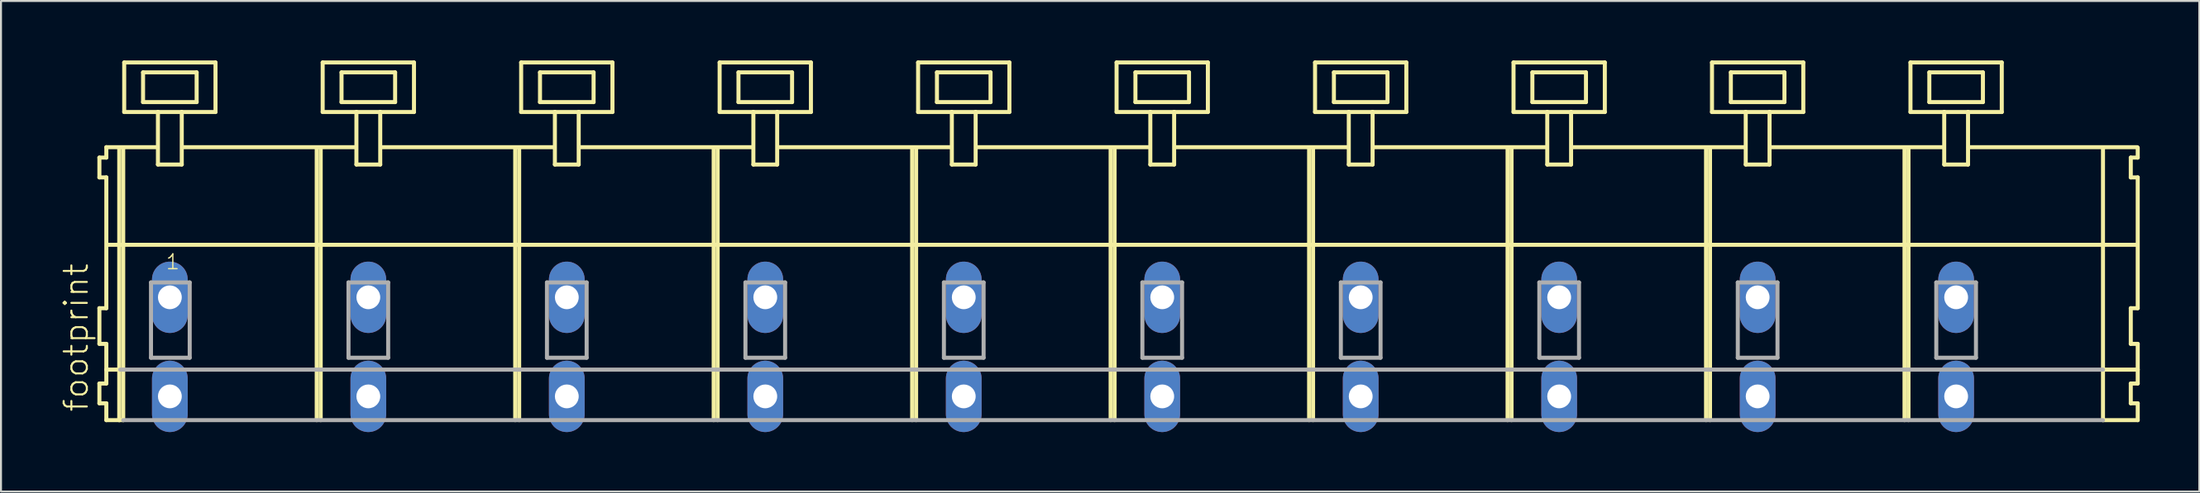
<source format=kicad_pcb>
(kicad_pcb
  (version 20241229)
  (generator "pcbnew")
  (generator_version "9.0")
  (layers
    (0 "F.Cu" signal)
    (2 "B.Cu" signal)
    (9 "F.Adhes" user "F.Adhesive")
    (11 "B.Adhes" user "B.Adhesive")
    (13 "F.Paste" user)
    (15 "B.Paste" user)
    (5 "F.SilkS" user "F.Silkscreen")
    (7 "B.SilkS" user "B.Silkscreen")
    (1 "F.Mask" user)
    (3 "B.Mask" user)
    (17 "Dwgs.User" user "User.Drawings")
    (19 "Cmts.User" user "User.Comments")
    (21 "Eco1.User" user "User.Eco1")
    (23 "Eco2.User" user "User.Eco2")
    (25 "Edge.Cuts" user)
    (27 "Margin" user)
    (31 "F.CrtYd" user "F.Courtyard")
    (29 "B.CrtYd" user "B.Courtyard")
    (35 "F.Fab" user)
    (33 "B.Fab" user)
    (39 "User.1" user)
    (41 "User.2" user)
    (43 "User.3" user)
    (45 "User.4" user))
  (footprint "footprint"
    (layer "F.Cu")
    (at 53.008 11.952)
    (property "Reference" "footprint" (at -51.535 5.855 90) (layer "F.SilkS") (effects (font (size 1.168 1.168) (thickness 0.102)) (justify left bottom)))
    (fp_line (start -51.05 -7.05) (end -51.05 -6.05) (stroke (width 0.203) (type solid)) (layer "F.SilkS"))
    (fp_line (start -51.05 -6.05) (end -50.7 -6.05) (stroke (width 0.203) (type solid)) (layer "F.SilkS"))
    (fp_line (start -51.05 0.55) (end -51.05 2.35) (stroke (width 0.203) (type solid)) (layer "F.SilkS"))
    (fp_line (start -51.05 2.35) (end -50.7 2.35) (stroke (width 0.203) (type solid)) (layer "F.SilkS"))
    (fp_line (start -51.05 4.35) (end -51.05 5.35) (stroke (width 0.203) (type solid)) (layer "F.SilkS"))
    (fp_line (start -51.05 5.35) (end -50.7 5.35) (stroke (width 0.203) (type solid)) (layer "F.SilkS"))
    (fp_line (start -50.7 -7.575) (end -50.7 -7.05) (stroke (width 0.203) (type solid)) (layer "F.SilkS"))
    (fp_line (start -50.7 -7.575) (end -48.125 -7.575) (stroke (width 0.203) (type solid)) (layer "F.SilkS"))
    (fp_line (start -50.7 -7.05) (end -51.05 -7.05) (stroke (width 0.203) (type solid)) (layer "F.SilkS"))
    (fp_line (start -50.7 -6.05) (end -50.7 0.55) (stroke (width 0.203) (type solid)) (layer "F.SilkS"))
    (fp_line (start -50.7 0.55) (end -51.05 0.55) (stroke (width 0.203) (type solid)) (layer "F.SilkS"))
    (fp_line (start -50.7 2.35) (end -50.7 4.35) (stroke (width 0.203) (type solid)) (layer "F.SilkS"))
    (fp_line (start -50.7 3.65) (end -50 3.65) (stroke (width 0.203) (type solid)) (layer "F.SilkS"))
    (fp_line (start -50.7 4.35) (end -51.05 4.35) (stroke (width 0.203) (type solid)) (layer "F.SilkS"))
    (fp_line (start -50.7 5.35) (end -50.7 6.2) (stroke (width 0.203) (type solid)) (layer "F.SilkS"))
    (fp_line (start -50.7 6.2) (end -50.05 6.2) (stroke (width 0.203) (type solid)) (layer "F.SilkS"))
    (fp_line (start -50.65 -2.65) (end 51.6 -2.65) (stroke (width 0.203) (type solid)) (layer "F.SilkS"))
    (fp_line (start -50.05 -7.55) (end -50.05 6.2) (stroke (width 0.203) (type solid)) (layer "F.SilkS"))
    (fp_line (start -50.05 6.2) (end -49.85 6.2) (stroke (width 0.203) (type solid)) (layer "F.SilkS"))
    (fp_line (start -49.85 -7.55) (end -49.85 6.2) (stroke (width 0.203) (type solid)) (layer "F.SilkS"))
    (fp_line (start -49.8 -11.85) (end -49.8 -9.35) (stroke (width 0.203) (type solid)) (layer "F.SilkS"))
    (fp_line (start -49.8 -9.35) (end -48.1 -9.35) (stroke (width 0.203) (type solid)) (layer "F.SilkS"))
    (fp_line (start -48.85 -11.35) (end -48.85 -9.85) (stroke (width 0.203) (type solid)) (layer "F.SilkS"))
    (fp_line (start -48.85 -9.85) (end -46.15 -9.85) (stroke (width 0.203) (type solid)) (layer "F.SilkS"))
    (fp_line (start -48.1 -9.35) (end -48.1 -6.7) (stroke (width 0.203) (type solid)) (layer "F.SilkS"))
    (fp_line (start -48.1 -9.35) (end -46.9 -9.35) (stroke (width 0.203) (type solid)) (layer "F.SilkS"))
    (fp_line (start -48.1 -6.7) (end -46.9 -6.7) (stroke (width 0.203) (type solid)) (layer "F.SilkS"))
    (fp_line (start -46.9 -9.35) (end -45.2 -9.35) (stroke (width 0.203) (type solid)) (layer "F.SilkS"))
    (fp_line (start -46.9 -6.7) (end -46.9 -9.35) (stroke (width 0.203) (type solid)) (layer "F.SilkS"))
    (fp_line (start -46.825 -7.575) (end -38.125 -7.575) (stroke (width 0.203) (type solid)) (layer "F.SilkS"))
    (fp_line (start -46.15 -11.35) (end -48.85 -11.35) (stroke (width 0.203) (type solid)) (layer "F.SilkS"))
    (fp_line (start -46.15 -9.85) (end -46.15 -11.35) (stroke (width 0.203) (type solid)) (layer "F.SilkS"))
    (fp_line (start -45.2 -11.85) (end -49.8 -11.85) (stroke (width 0.203) (type solid)) (layer "F.SilkS"))
    (fp_line (start -45.2 -9.35) (end -45.2 -11.85) (stroke (width 0.203) (type solid)) (layer "F.SilkS"))
    (fp_line (start -40.1 -7.55) (end -40.1 6.2) (stroke (width 0.203) (type solid)) (layer "F.SilkS"))
    (fp_line (start -39.9 -7.55) (end -39.9 6.2) (stroke (width 0.203) (type solid)) (layer "F.SilkS"))
    (fp_line (start -39.8 -11.85) (end -39.8 -9.35) (stroke (width 0.203) (type solid)) (layer "F.SilkS"))
    (fp_line (start -39.8 -9.35) (end -38.1 -9.35) (stroke (width 0.203) (type solid)) (layer "F.SilkS"))
    (fp_line (start -38.85 -11.35) (end -38.85 -9.85) (stroke (width 0.203) (type solid)) (layer "F.SilkS"))
    (fp_line (start -38.85 -9.85) (end -36.15 -9.85) (stroke (width 0.203) (type solid)) (layer "F.SilkS"))
    (fp_line (start -38.1 -9.35) (end -38.1 -6.7) (stroke (width 0.203) (type solid)) (layer "F.SilkS"))
    (fp_line (start -38.1 -9.35) (end -36.9 -9.35) (stroke (width 0.203) (type solid)) (layer "F.SilkS"))
    (fp_line (start -38.1 -6.7) (end -36.9 -6.7) (stroke (width 0.203) (type solid)) (layer "F.SilkS"))
    (fp_line (start -36.9 -9.35) (end -35.2 -9.35) (stroke (width 0.203) (type solid)) (layer "F.SilkS"))
    (fp_line (start -36.9 -6.7) (end -36.9 -9.35) (stroke (width 0.203) (type solid)) (layer "F.SilkS"))
    (fp_line (start -36.825 -7.575) (end -28.125 -7.575) (stroke (width 0.203) (type solid)) (layer "F.SilkS"))
    (fp_line (start -36.15 -11.35) (end -38.85 -11.35) (stroke (width 0.203) (type solid)) (layer "F.SilkS"))
    (fp_line (start -36.15 -9.85) (end -36.15 -11.35) (stroke (width 0.203) (type solid)) (layer "F.SilkS"))
    (fp_line (start -35.2 -11.85) (end -39.8 -11.85) (stroke (width 0.203) (type solid)) (layer "F.SilkS"))
    (fp_line (start -35.2 -9.35) (end -35.2 -11.85) (stroke (width 0.203) (type solid)) (layer "F.SilkS"))
    (fp_line (start -30.1 -7.55) (end -30.1 6.2) (stroke (width 0.203) (type solid)) (layer "F.SilkS"))
    (fp_line (start -29.9 -7.55) (end -29.9 6.2) (stroke (width 0.203) (type solid)) (layer "F.SilkS"))
    (fp_line (start -29.8 -11.85) (end -29.8 -9.35) (stroke (width 0.203) (type solid)) (layer "F.SilkS"))
    (fp_line (start -29.8 -9.35) (end -28.1 -9.35) (stroke (width 0.203) (type solid)) (layer "F.SilkS"))
    (fp_line (start -28.85 -11.35) (end -28.85 -9.85) (stroke (width 0.203) (type solid)) (layer "F.SilkS"))
    (fp_line (start -28.85 -9.85) (end -26.15 -9.85) (stroke (width 0.203) (type solid)) (layer "F.SilkS"))
    (fp_line (start -28.1 -9.35) (end -28.1 -6.7) (stroke (width 0.203) (type solid)) (layer "F.SilkS"))
    (fp_line (start -28.1 -9.35) (end -26.9 -9.35) (stroke (width 0.203) (type solid)) (layer "F.SilkS"))
    (fp_line (start -28.1 -6.7) (end -26.9 -6.7) (stroke (width 0.203) (type solid)) (layer "F.SilkS"))
    (fp_line (start -26.9 -9.35) (end -25.2 -9.35) (stroke (width 0.203) (type solid)) (layer "F.SilkS"))
    (fp_line (start -26.9 -6.7) (end -26.9 -9.35) (stroke (width 0.203) (type solid)) (layer "F.SilkS"))
    (fp_line (start -26.825 -7.575) (end -18.125 -7.575) (stroke (width 0.203) (type solid)) (layer "F.SilkS"))
    (fp_line (start -26.15 -11.35) (end -28.85 -11.35) (stroke (width 0.203) (type solid)) (layer "F.SilkS"))
    (fp_line (start -26.15 -9.85) (end -26.15 -11.35) (stroke (width 0.203) (type solid)) (layer "F.SilkS"))
    (fp_line (start -25.2 -11.85) (end -29.8 -11.85) (stroke (width 0.203) (type solid)) (layer "F.SilkS"))
    (fp_line (start -25.2 -9.35) (end -25.2 -11.85) (stroke (width 0.203) (type solid)) (layer "F.SilkS"))
    (fp_line (start -20.1 -7.55) (end -20.1 6.2) (stroke (width 0.203) (type solid)) (layer "F.SilkS"))
    (fp_line (start -19.9 -7.55) (end -19.9 6.2) (stroke (width 0.203) (type solid)) (layer "F.SilkS"))
    (fp_line (start -19.8 -11.85) (end -19.8 -9.35) (stroke (width 0.203) (type solid)) (layer "F.SilkS"))
    (fp_line (start -19.8 -9.35) (end -18.1 -9.35) (stroke (width 0.203) (type solid)) (layer "F.SilkS"))
    (fp_line (start -18.85 -11.35) (end -18.85 -9.85) (stroke (width 0.203) (type solid)) (layer "F.SilkS"))
    (fp_line (start -18.85 -9.85) (end -16.15 -9.85) (stroke (width 0.203) (type solid)) (layer "F.SilkS"))
    (fp_line (start -18.1 -9.35) (end -18.1 -6.7) (stroke (width 0.203) (type solid)) (layer "F.SilkS"))
    (fp_line (start -18.1 -9.35) (end -16.9 -9.35) (stroke (width 0.203) (type solid)) (layer "F.SilkS"))
    (fp_line (start -18.1 -6.7) (end -16.9 -6.7) (stroke (width 0.203) (type solid)) (layer "F.SilkS"))
    (fp_line (start -16.9 -9.35) (end -15.2 -9.35) (stroke (width 0.203) (type solid)) (layer "F.SilkS"))
    (fp_line (start -16.9 -6.7) (end -16.9 -9.35) (stroke (width 0.203) (type solid)) (layer "F.SilkS"))
    (fp_line (start -16.825 -7.575) (end -8.125 -7.575) (stroke (width 0.203) (type solid)) (layer "F.SilkS"))
    (fp_line (start -16.15 -11.35) (end -18.85 -11.35) (stroke (width 0.203) (type solid)) (layer "F.SilkS"))
    (fp_line (start -16.15 -9.85) (end -16.15 -11.35) (stroke (width 0.203) (type solid)) (layer "F.SilkS"))
    (fp_line (start -15.2 -11.85) (end -19.8 -11.85) (stroke (width 0.203) (type solid)) (layer "F.SilkS"))
    (fp_line (start -15.2 -9.35) (end -15.2 -11.85) (stroke (width 0.203) (type solid)) (layer "F.SilkS"))
    (fp_line (start -10.1 -7.55) (end -10.1 6.2) (stroke (width 0.203) (type solid)) (layer "F.SilkS"))
    (fp_line (start -9.9 -7.55) (end -9.9 6.2) (stroke (width 0.203) (type solid)) (layer "F.SilkS"))
    (fp_line (start -9.8 -11.85) (end -9.8 -9.35) (stroke (width 0.203) (type solid)) (layer "F.SilkS"))
    (fp_line (start -9.8 -9.35) (end -8.1 -9.35) (stroke (width 0.203) (type solid)) (layer "F.SilkS"))
    (fp_line (start -8.85 -11.35) (end -8.85 -9.85) (stroke (width 0.203) (type solid)) (layer "F.SilkS"))
    (fp_line (start -8.85 -9.85) (end -6.15 -9.85) (stroke (width 0.203) (type solid)) (layer "F.SilkS"))
    (fp_line (start -8.1 -9.35) (end -8.1 -6.7) (stroke (width 0.203) (type solid)) (layer "F.SilkS"))
    (fp_line (start -8.1 -9.35) (end -6.9 -9.35) (stroke (width 0.203) (type solid)) (layer "F.SilkS"))
    (fp_line (start -8.1 -6.7) (end -6.9 -6.7) (stroke (width 0.203) (type solid)) (layer "F.SilkS"))
    (fp_line (start -6.9 -9.35) (end -5.2 -9.35) (stroke (width 0.203) (type solid)) (layer "F.SilkS"))
    (fp_line (start -6.9 -6.7) (end -6.9 -9.35) (stroke (width 0.203) (type solid)) (layer "F.SilkS"))
    (fp_line (start -6.825 -7.575) (end 1.875 -7.575) (stroke (width 0.203) (type solid)) (layer "F.SilkS"))
    (fp_line (start -6.15 -11.35) (end -8.85 -11.35) (stroke (width 0.203) (type solid)) (layer "F.SilkS"))
    (fp_line (start -6.15 -9.85) (end -6.15 -11.35) (stroke (width 0.203) (type solid)) (layer "F.SilkS"))
    (fp_line (start -5.2 -11.85) (end -9.8 -11.85) (stroke (width 0.203) (type solid)) (layer "F.SilkS"))
    (fp_line (start -5.2 -9.35) (end -5.2 -11.85) (stroke (width 0.203) (type solid)) (layer "F.SilkS"))
    (fp_line (start -0.1 -7.55) (end -0.1 6.2) (stroke (width 0.203) (type solid)) (layer "F.SilkS"))
    (fp_line (start 0.1 -7.55) (end 0.1 6.2) (stroke (width 0.203) (type solid)) (layer "F.SilkS"))
    (fp_line (start 0.2 -11.85) (end 0.2 -9.35) (stroke (width 0.203) (type solid)) (layer "F.SilkS"))
    (fp_line (start 0.2 -9.35) (end 1.9 -9.35) (stroke (width 0.203) (type solid)) (layer "F.SilkS"))
    (fp_line (start 1.15 -11.35) (end 1.15 -9.85) (stroke (width 0.203) (type solid)) (layer "F.SilkS"))
    (fp_line (start 1.15 -9.85) (end 3.85 -9.85) (stroke (width 0.203) (type solid)) (layer "F.SilkS"))
    (fp_line (start 1.9 -9.35) (end 1.9 -6.7) (stroke (width 0.203) (type solid)) (layer "F.SilkS"))
    (fp_line (start 1.9 -9.35) (end 3.1 -9.35) (stroke (width 0.203) (type solid)) (layer "F.SilkS"))
    (fp_line (start 1.9 -6.7) (end 3.1 -6.7) (stroke (width 0.203) (type solid)) (layer "F.SilkS"))
    (fp_line (start 3.1 -9.35) (end 4.8 -9.35) (stroke (width 0.203) (type solid)) (layer "F.SilkS"))
    (fp_line (start 3.1 -6.7) (end 3.1 -9.35) (stroke (width 0.203) (type solid)) (layer "F.SilkS"))
    (fp_line (start 3.175 -7.575) (end 11.875 -7.575) (stroke (width 0.203) (type solid)) (layer "F.SilkS"))
    (fp_line (start 3.85 -11.35) (end 1.15 -11.35) (stroke (width 0.203) (type solid)) (layer "F.SilkS"))
    (fp_line (start 3.85 -9.85) (end 3.85 -11.35) (stroke (width 0.203) (type solid)) (layer "F.SilkS"))
    (fp_line (start 4.8 -11.85) (end 0.2 -11.85) (stroke (width 0.203) (type solid)) (layer "F.SilkS"))
    (fp_line (start 4.8 -9.35) (end 4.8 -11.85) (stroke (width 0.203) (type solid)) (layer "F.SilkS"))
    (fp_line (start 9.9 -7.55) (end 9.9 6.2) (stroke (width 0.203) (type solid)) (layer "F.SilkS"))
    (fp_line (start 10.1 -7.55) (end 10.1 6.2) (stroke (width 0.203) (type solid)) (layer "F.SilkS"))
    (fp_line (start 10.2 -11.85) (end 10.2 -9.35) (stroke (width 0.203) (type solid)) (layer "F.SilkS"))
    (fp_line (start 10.2 -9.35) (end 11.9 -9.35) (stroke (width 0.203) (type solid)) (layer "F.SilkS"))
    (fp_line (start 11.15 -11.35) (end 11.15 -9.85) (stroke (width 0.203) (type solid)) (layer "F.SilkS"))
    (fp_line (start 11.15 -9.85) (end 13.85 -9.85) (stroke (width 0.203) (type solid)) (layer "F.SilkS"))
    (fp_line (start 11.9 -9.35) (end 11.9 -6.7) (stroke (width 0.203) (type solid)) (layer "F.SilkS"))
    (fp_line (start 11.9 -9.35) (end 13.1 -9.35) (stroke (width 0.203) (type solid)) (layer "F.SilkS"))
    (fp_line (start 11.9 -6.7) (end 13.1 -6.7) (stroke (width 0.203) (type solid)) (layer "F.SilkS"))
    (fp_line (start 13.1 -9.35) (end 14.8 -9.35) (stroke (width 0.203) (type solid)) (layer "F.SilkS"))
    (fp_line (start 13.1 -6.7) (end 13.1 -9.35) (stroke (width 0.203) (type solid)) (layer "F.SilkS"))
    (fp_line (start 13.175 -7.575) (end 21.875 -7.575) (stroke (width 0.203) (type solid)) (layer "F.SilkS"))
    (fp_line (start 13.85 -11.35) (end 11.15 -11.35) (stroke (width 0.203) (type solid)) (layer "F.SilkS"))
    (fp_line (start 13.85 -9.85) (end 13.85 -11.35) (stroke (width 0.203) (type solid)) (layer "F.SilkS"))
    (fp_line (start 14.8 -11.85) (end 10.2 -11.85) (stroke (width 0.203) (type solid)) (layer "F.SilkS"))
    (fp_line (start 14.8 -9.35) (end 14.8 -11.85) (stroke (width 0.203) (type solid)) (layer "F.SilkS"))
    (fp_line (start 19.9 -7.55) (end 19.9 6.2) (stroke (width 0.203) (type solid)) (layer "F.SilkS"))
    (fp_line (start 20.1 -7.55) (end 20.1 6.2) (stroke (width 0.203) (type solid)) (layer "F.SilkS"))
    (fp_line (start 20.2 -11.85) (end 20.2 -9.35) (stroke (width 0.203) (type solid)) (layer "F.SilkS"))
    (fp_line (start 20.2 -9.35) (end 21.9 -9.35) (stroke (width 0.203) (type solid)) (layer "F.SilkS"))
    (fp_line (start 21.15 -11.35) (end 21.15 -9.85) (stroke (width 0.203) (type solid)) (layer "F.SilkS"))
    (fp_line (start 21.15 -9.85) (end 23.85 -9.85) (stroke (width 0.203) (type solid)) (layer "F.SilkS"))
    (fp_line (start 21.9 -9.35) (end 21.9 -6.7) (stroke (width 0.203) (type solid)) (layer "F.SilkS"))
    (fp_line (start 21.9 -9.35) (end 23.1 -9.35) (stroke (width 0.203) (type solid)) (layer "F.SilkS"))
    (fp_line (start 21.9 -6.7) (end 23.1 -6.7) (stroke (width 0.203) (type solid)) (layer "F.SilkS"))
    (fp_line (start 23.1 -9.35) (end 24.8 -9.35) (stroke (width 0.203) (type solid)) (layer "F.SilkS"))
    (fp_line (start 23.1 -6.7) (end 23.1 -9.35) (stroke (width 0.203) (type solid)) (layer "F.SilkS"))
    (fp_line (start 23.175 -7.575) (end 31.875 -7.575) (stroke (width 0.203) (type solid)) (layer "F.SilkS"))
    (fp_line (start 23.85 -11.35) (end 21.15 -11.35) (stroke (width 0.203) (type solid)) (layer "F.SilkS"))
    (fp_line (start 23.85 -9.85) (end 23.85 -11.35) (stroke (width 0.203) (type solid)) (layer "F.SilkS"))
    (fp_line (start 24.8 -11.85) (end 20.2 -11.85) (stroke (width 0.203) (type solid)) (layer "F.SilkS"))
    (fp_line (start 24.8 -9.35) (end 24.8 -11.85) (stroke (width 0.203) (type solid)) (layer "F.SilkS"))
    (fp_line (start 29.9 -7.55) (end 29.9 6.2) (stroke (width 0.203) (type solid)) (layer "F.SilkS"))
    (fp_line (start 30.1 -7.55) (end 30.1 6.2) (stroke (width 0.203) (type solid)) (layer "F.SilkS"))
    (fp_line (start 30.2 -11.85) (end 30.2 -9.35) (stroke (width 0.203) (type solid)) (layer "F.SilkS"))
    (fp_line (start 30.2 -9.35) (end 31.9 -9.35) (stroke (width 0.203) (type solid)) (layer "F.SilkS"))
    (fp_line (start 31.15 -11.35) (end 31.15 -9.85) (stroke (width 0.203) (type solid)) (layer "F.SilkS"))
    (fp_line (start 31.15 -9.85) (end 33.85 -9.85) (stroke (width 0.203) (type solid)) (layer "F.SilkS"))
    (fp_line (start 31.9 -9.35) (end 31.9 -6.7) (stroke (width 0.203) (type solid)) (layer "F.SilkS"))
    (fp_line (start 31.9 -9.35) (end 33.1 -9.35) (stroke (width 0.203) (type solid)) (layer "F.SilkS"))
    (fp_line (start 31.9 -6.7) (end 33.1 -6.7) (stroke (width 0.203) (type solid)) (layer "F.SilkS"))
    (fp_line (start 33.1 -9.35) (end 34.8 -9.35) (stroke (width 0.203) (type solid)) (layer "F.SilkS"))
    (fp_line (start 33.1 -6.7) (end 33.1 -9.35) (stroke (width 0.203) (type solid)) (layer "F.SilkS"))
    (fp_line (start 33.175 -7.575) (end 41.875 -7.575) (stroke (width 0.203) (type solid)) (layer "F.SilkS"))
    (fp_line (start 33.85 -11.35) (end 31.15 -11.35) (stroke (width 0.203) (type solid)) (layer "F.SilkS"))
    (fp_line (start 33.85 -9.85) (end 33.85 -11.35) (stroke (width 0.203) (type solid)) (layer "F.SilkS"))
    (fp_line (start 34.8 -11.85) (end 30.2 -11.85) (stroke (width 0.203) (type solid)) (layer "F.SilkS"))
    (fp_line (start 34.8 -9.35) (end 34.8 -11.85) (stroke (width 0.203) (type solid)) (layer "F.SilkS"))
    (fp_line (start 39.9 -7.55) (end 39.9 6.2) (stroke (width 0.203) (type solid)) (layer "F.SilkS"))
    (fp_line (start 40.1 -7.55) (end 40.1 6.2) (stroke (width 0.203) (type solid)) (layer "F.SilkS"))
    (fp_line (start 40.2 -11.85) (end 40.2 -9.35) (stroke (width 0.203) (type solid)) (layer "F.SilkS"))
    (fp_line (start 40.2 -9.35) (end 41.9 -9.35) (stroke (width 0.203) (type solid)) (layer "F.SilkS"))
    (fp_line (start 41.15 -11.35) (end 41.15 -9.85) (stroke (width 0.203) (type solid)) (layer "F.SilkS"))
    (fp_line (start 41.15 -9.85) (end 43.85 -9.85) (stroke (width 0.203) (type solid)) (layer "F.SilkS"))
    (fp_line (start 41.9 -9.35) (end 41.9 -6.7) (stroke (width 0.203) (type solid)) (layer "F.SilkS"))
    (fp_line (start 41.9 -9.35) (end 43.1 -9.35) (stroke (width 0.203) (type solid)) (layer "F.SilkS"))
    (fp_line (start 41.9 -6.7) (end 43.1 -6.7) (stroke (width 0.203) (type solid)) (layer "F.SilkS"))
    (fp_line (start 43.1 -9.35) (end 44.8 -9.35) (stroke (width 0.203) (type solid)) (layer "F.SilkS"))
    (fp_line (start 43.1 -6.7) (end 43.1 -9.35) (stroke (width 0.203) (type solid)) (layer "F.SilkS"))
    (fp_line (start 43.125 -7.575) (end 51.625 -7.575) (stroke (width 0.203) (type solid)) (layer "F.SilkS"))
    (fp_line (start 43.85 -11.35) (end 41.15 -11.35) (stroke (width 0.203) (type solid)) (layer "F.SilkS"))
    (fp_line (start 43.85 -9.85) (end 43.85 -11.35) (stroke (width 0.203) (type solid)) (layer "F.SilkS"))
    (fp_line (start 44.8 -11.85) (end 40.2 -11.85) (stroke (width 0.203) (type solid)) (layer "F.SilkS"))
    (fp_line (start 44.8 -9.35) (end 44.8 -11.85) (stroke (width 0.203) (type solid)) (layer "F.SilkS"))
    (fp_line (start 49.9 -7.55) (end 49.9 6.2) (stroke (width 0.203) (type solid)) (layer "F.SilkS"))
    (fp_line (start 49.9 6.2) (end 51.65 6.2) (stroke (width 0.203) (type solid)) (layer "F.SilkS"))
    (fp_line (start 49.95 3.65) (end 51.65 3.65) (stroke (width 0.203) (type solid)) (layer "F.SilkS"))
    (fp_line (start 51.3 -7.05) (end 51.3 -6.05) (stroke (width 0.203) (type solid)) (layer "F.SilkS"))
    (fp_line (start 51.3 -6.05) (end 51.65 -6.05) (stroke (width 0.203) (type solid)) (layer "F.SilkS"))
    (fp_line (start 51.3 0.55) (end 51.3 2.35) (stroke (width 0.203) (type solid)) (layer "F.SilkS"))
    (fp_line (start 51.3 2.35) (end 51.65 2.35) (stroke (width 0.203) (type solid)) (layer "F.SilkS"))
    (fp_line (start 51.3 4.35) (end 51.3 5.35) (stroke (width 0.203) (type solid)) (layer "F.SilkS"))
    (fp_line (start 51.3 5.35) (end 51.65 5.35) (stroke (width 0.203) (type solid)) (layer "F.SilkS"))
    (fp_line (start 51.65 -7.05) (end 51.3 -7.05) (stroke (width 0.203) (type solid)) (layer "F.SilkS"))
    (fp_line (start 51.65 -7.05) (end 51.65 -7.55) (stroke (width 0.203) (type solid)) (layer "F.SilkS"))
    (fp_line (start 51.65 0.55) (end 51.3 0.55) (stroke (width 0.203) (type solid)) (layer "F.SilkS"))
    (fp_line (start 51.65 0.55) (end 51.65 -6.05) (stroke (width 0.203) (type solid)) (layer "F.SilkS"))
    (fp_line (start 51.65 3.65) (end 51.65 2.35) (stroke (width 0.203) (type solid)) (layer "F.SilkS"))
    (fp_line (start 51.65 4.35) (end 51.3 4.35) (stroke (width 0.203) (type solid)) (layer "F.SilkS"))
    (fp_line (start 51.65 4.35) (end 51.65 3.65) (stroke (width 0.203) (type solid)) (layer "F.SilkS"))
    (fp_line (start 51.65 6.2) (end 51.65 5.35) (stroke (width 0.203) (type solid)) (layer "F.SilkS"))
    (fp_line (start -50 3.65) (end 49.9 3.65) (stroke (width 0.203) (type solid)) (layer "F.Fab"))
    (fp_line (start -49.85 6.2) (end 49.9 6.2) (stroke (width 0.203) (type solid)) (layer "F.Fab"))
    (fp_line (start -48.45 -0.75) (end -48.45 3.05) (stroke (width 0.203) (type solid)) (layer "F.Fab"))
    (fp_line (start -48.45 3.05) (end -46.5 3.05) (stroke (width 0.203) (type solid)) (layer "F.Fab"))
    (fp_line (start -46.5 -0.75) (end -48.45 -0.75) (stroke (width 0.203) (type solid)) (layer "F.Fab"))
    (fp_line (start -46.5 3.05) (end -46.5 -0.75) (stroke (width 0.203) (type solid)) (layer "F.Fab"))
    (fp_line (start -38.5 -0.75) (end -38.5 3.05) (stroke (width 0.203) (type solid)) (layer "F.Fab"))
    (fp_line (start -38.5 3.05) (end -36.5 3.05) (stroke (width 0.203) (type solid)) (layer "F.Fab"))
    (fp_line (start -36.5 -0.75) (end -38.5 -0.75) (stroke (width 0.203) (type solid)) (layer "F.Fab"))
    (fp_line (start -36.5 3.05) (end -36.5 -0.75) (stroke (width 0.203) (type solid)) (layer "F.Fab"))
    (fp_line (start -28.5 -0.75) (end -28.5 3.05) (stroke (width 0.203) (type solid)) (layer "F.Fab"))
    (fp_line (start -28.5 3.05) (end -26.5 3.05) (stroke (width 0.203) (type solid)) (layer "F.Fab"))
    (fp_line (start -26.5 -0.75) (end -28.5 -0.75) (stroke (width 0.203) (type solid)) (layer "F.Fab"))
    (fp_line (start -26.5 3.05) (end -26.5 -0.75) (stroke (width 0.203) (type solid)) (layer "F.Fab"))
    (fp_line (start -18.5 -0.75) (end -18.5 3.05) (stroke (width 0.203) (type solid)) (layer "F.Fab"))
    (fp_line (start -18.5 3.05) (end -16.5 3.05) (stroke (width 0.203) (type solid)) (layer "F.Fab"))
    (fp_line (start -16.5 -0.75) (end -18.5 -0.75) (stroke (width 0.203) (type solid)) (layer "F.Fab"))
    (fp_line (start -16.5 3.05) (end -16.5 -0.75) (stroke (width 0.203) (type solid)) (layer "F.Fab"))
    (fp_line (start -8.5 -0.75) (end -8.5 3.05) (stroke (width 0.203) (type solid)) (layer "F.Fab"))
    (fp_line (start -8.5 3.05) (end -6.5 3.05) (stroke (width 0.203) (type solid)) (layer "F.Fab"))
    (fp_line (start -6.5 -0.75) (end -8.5 -0.75) (stroke (width 0.203) (type solid)) (layer "F.Fab"))
    (fp_line (start -6.5 3.05) (end -6.5 -0.75) (stroke (width 0.203) (type solid)) (layer "F.Fab"))
    (fp_line (start 1.5 -0.75) (end 1.5 3.05) (stroke (width 0.203) (type solid)) (layer "F.Fab"))
    (fp_line (start 1.5 3.05) (end 3.5 3.05) (stroke (width 0.203) (type solid)) (layer "F.Fab"))
    (fp_line (start 3.5 -0.75) (end 1.5 -0.75) (stroke (width 0.203) (type solid)) (layer "F.Fab"))
    (fp_line (start 3.5 3.05) (end 3.5 -0.75) (stroke (width 0.203) (type solid)) (layer "F.Fab"))
    (fp_line (start 11.5 -0.75) (end 11.5 3.05) (stroke (width 0.203) (type solid)) (layer "F.Fab"))
    (fp_line (start 11.5 3.05) (end 13.5 3.05) (stroke (width 0.203) (type solid)) (layer "F.Fab"))
    (fp_line (start 13.5 -0.75) (end 11.5 -0.75) (stroke (width 0.203) (type solid)) (layer "F.Fab"))
    (fp_line (start 13.5 3.05) (end 13.5 -0.75) (stroke (width 0.203) (type solid)) (layer "F.Fab"))
    (fp_line (start 21.5 -0.75) (end 21.5 3.05) (stroke (width 0.203) (type solid)) (layer "F.Fab"))
    (fp_line (start 21.5 3.05) (end 23.5 3.05) (stroke (width 0.203) (type solid)) (layer "F.Fab"))
    (fp_line (start 23.5 -0.75) (end 21.5 -0.75) (stroke (width 0.203) (type solid)) (layer "F.Fab"))
    (fp_line (start 23.5 3.05) (end 23.5 -0.75) (stroke (width 0.203) (type solid)) (layer "F.Fab"))
    (fp_line (start 31.5 -0.75) (end 31.5 3.05) (stroke (width 0.203) (type solid)) (layer "F.Fab"))
    (fp_line (start 31.5 3.05) (end 33.5 3.05) (stroke (width 0.203) (type solid)) (layer "F.Fab"))
    (fp_line (start 33.5 -0.75) (end 31.5 -0.75) (stroke (width 0.203) (type solid)) (layer "F.Fab"))
    (fp_line (start 33.5 3.05) (end 33.5 -0.75) (stroke (width 0.203) (type solid)) (layer "F.Fab"))
    (fp_line (start 41.5 -0.75) (end 41.5 3.05) (stroke (width 0.203) (type solid)) (layer "F.Fab"))
    (fp_line (start 41.5 3.05) (end 43.5 3.05) (stroke (width 0.203) (type solid)) (layer "F.Fab"))
    (fp_line (start 43.5 -0.75) (end 41.5 -0.75) (stroke (width 0.203) (type solid)) (layer "F.Fab"))
    (fp_line (start 43.5 3.05) (end 43.5 -0.75) (stroke (width 0.203) (type solid)) (layer "F.Fab"))
    (fp_text user "1" (at -47.75 -1.35 0) (layer "F.SilkS") (effects (font (size 0.748 0.748) (thickness 0.065)) (justify left bottom)))
    (pad "A1" thru_hole oval (at -47.5 0 90) (size 3.6 1.8) (drill 1.2) (layers "*.Cu" "*.Mask"))
    (pad "A2" thru_hole oval (at -37.5 0 90) (size 3.6 1.8) (drill 1.2) (layers "*.Cu" "*.Mask"))
    (pad "A3" thru_hole oval (at -27.5 0 90) (size 3.6 1.8) (drill 1.2) (layers "*.Cu" "*.Mask"))
    (pad "A4" thru_hole oval (at -17.5 0 90) (size 3.6 1.8) (drill 1.2) (layers "*.Cu" "*.Mask"))
    (pad "A5" thru_hole oval (at -7.5 0 90) (size 3.6 1.8) (drill 1.2) (layers "*.Cu" "*.Mask"))
    (pad "A6" thru_hole oval (at 2.5 0 90) (size 3.6 1.8) (drill 1.2) (layers "*.Cu" "*.Mask"))
    (pad "A7" thru_hole oval (at 12.5 0 90) (size 3.6 1.8) (drill 1.2) (layers "*.Cu" "*.Mask"))
    (pad "A8" thru_hole oval (at 22.5 0 90) (size 3.6 1.8) (drill 1.2) (layers "*.Cu" "*.Mask"))
    (pad "A9" thru_hole oval (at 32.5 0 90) (size 3.6 1.8) (drill 1.2) (layers "*.Cu" "*.Mask"))
    (pad "A10" thru_hole oval (at 42.5 0 90) (size 3.6 1.8) (drill 1.2) (layers "*.Cu" "*.Mask"))
    (pad "B1" thru_hole oval (at -47.5 5 90) (size 3.6 1.8) (drill 1.2) (layers "*.Cu" "*.Mask"))
    (pad "B2" thru_hole oval (at -37.5 5 90) (size 3.6 1.8) (drill 1.2) (layers "*.Cu" "*.Mask"))
    (pad "B3" thru_hole oval (at -27.5 5 90) (size 3.6 1.8) (drill 1.2) (layers "*.Cu" "*.Mask"))
    (pad "B4" thru_hole oval (at -17.5 5 90) (size 3.6 1.8) (drill 1.2) (layers "*.Cu" "*.Mask"))
    (pad "B5" thru_hole oval (at -7.5 5 90) (size 3.6 1.8) (drill 1.2) (layers "*.Cu" "*.Mask"))
    (pad "B6" thru_hole oval (at 2.5 5 90) (size 3.6 1.8) (drill 1.2) (layers "*.Cu" "*.Mask"))
    (pad "B7" thru_hole oval (at 12.5 5 90) (size 3.6 1.8) (drill 1.2) (layers "*.Cu" "*.Mask"))
    (pad "B8" thru_hole oval (at 22.5 5 90) (size 3.6 1.8) (drill 1.2) (layers "*.Cu" "*.Mask"))
    (pad "B9" thru_hole oval (at 32.5 5 90) (size 3.6 1.8) (drill 1.2) (layers "*.Cu" "*.Mask"))
    (pad "B10" thru_hole oval (at 42.5 5 90) (size 3.6 1.8) (drill 1.2) (layers "*.Cu" "*.Mask")))
  (gr_rect
    (start -3 -3)
    (end 107.76 21.752)
    (stroke (width 0.1) (type default))
    (fill no)
    (layer "Edge.Cuts")))
</source>
